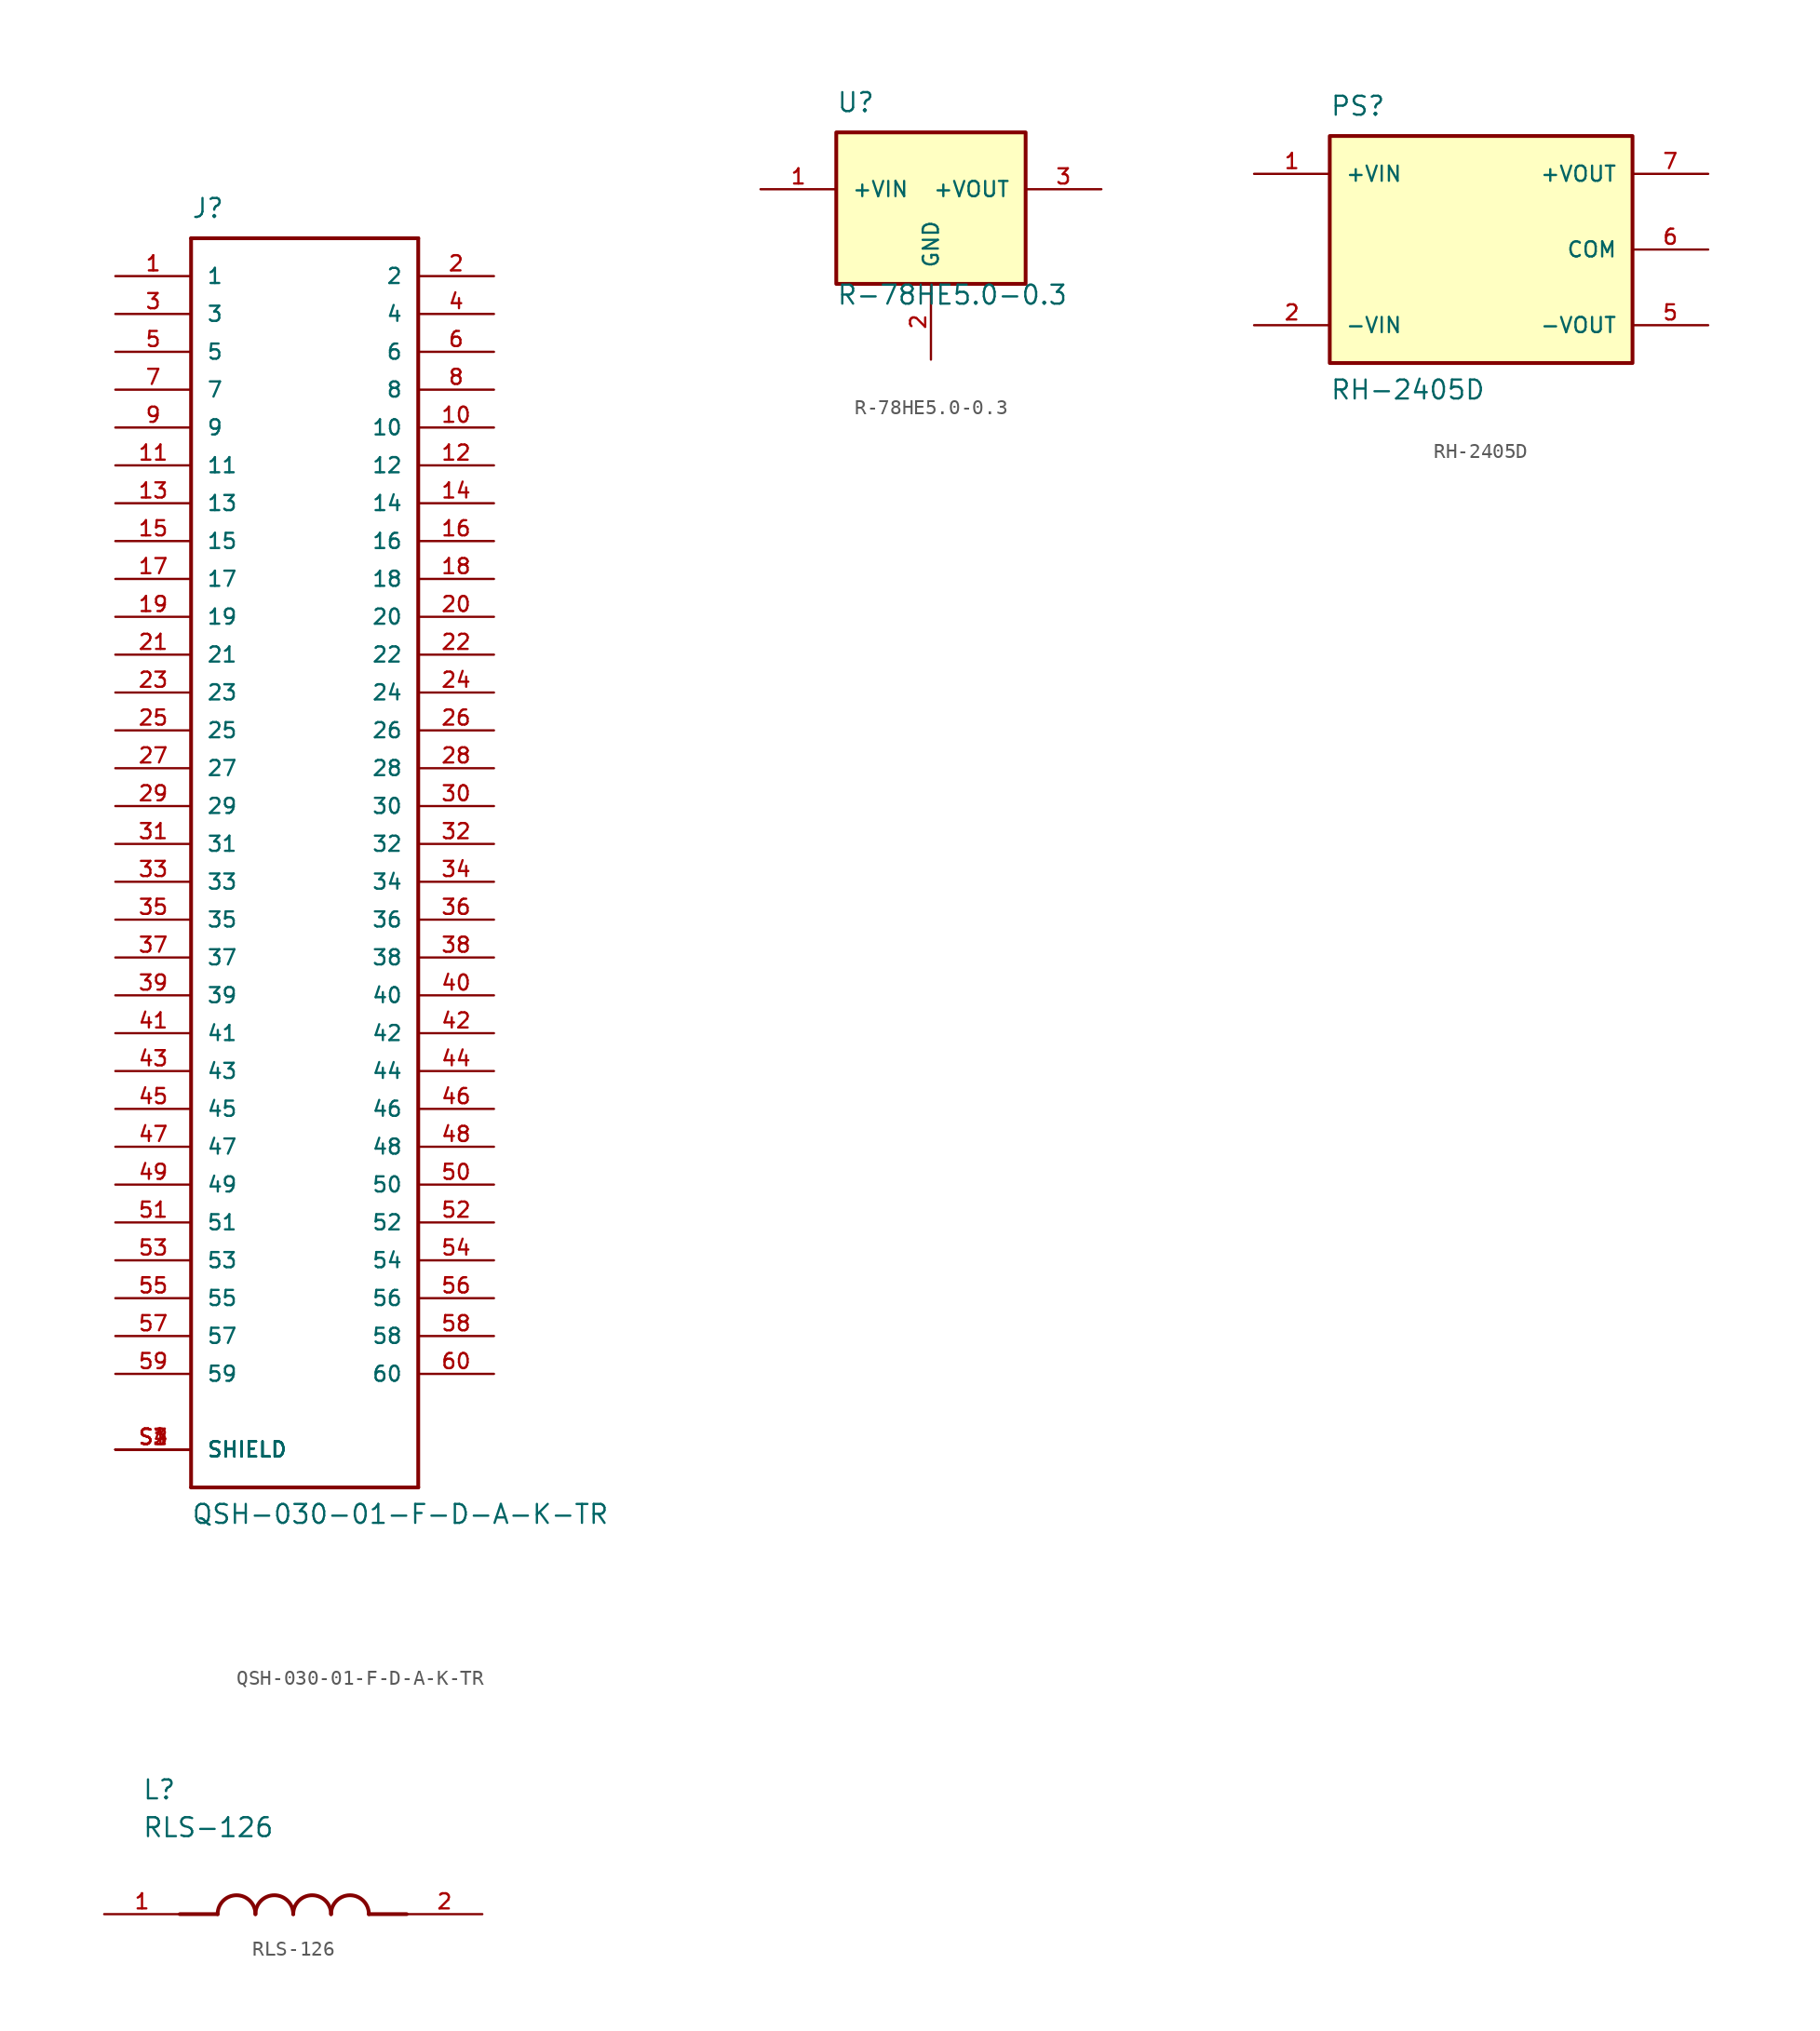
<source format=kicad_sym>
(kicad_symbol_lib
  (version 20241209)
  (generator "kicad_symbol_editor")
  (generator_version "9.0")
  (symbol "QSH-030-01-F-D-A-K-TR"
    (pin_names
      (offset 1.016))
    (property "Reference" "J"
      (at -7.62 41.91 0)
      (effects (font (size 1.27 1.27)) (justify left bottom)))
    (property "Value" "QSH-030-01-F-D-A-K-TR"
      (at -7.62 -45.72 0)
      (effects (font (size 1.27 1.27)) (justify left bottom)))
    (property "ki_locked" ""
      (at 0 0 0)
      (effects (font (size 1.27 1.27))))
    (symbol "QSH-030-01-F-D-A-K-TR_0_0"
      (polyline (pts (xy -7.62 40.64) (xy -7.62 -43.18)) (stroke (width 0.254) (type solid)) (fill (type none)))
      (polyline (pts (xy -7.62 -43.18) (xy 7.62 -43.18)) (stroke (width 0.254) (type solid)) (fill (type none)))
      (polyline (pts (xy 7.62 40.64) (xy -7.62 40.64)) (stroke (width 0.254) (type solid)) (fill (type none)))
      (polyline (pts (xy 7.62 -43.18) (xy 7.62 40.64)) (stroke (width 0.254) (type solid)) (fill (type none)))
      (pin passive line (at -12.7 38.1 0) (length 5.08) (name "1" (effects (font (size 1.016 1.016)))) (number "1" (effects (font (size 1.016 1.016)))))
      (pin passive line (at -12.7 35.56 0) (length 5.08) (name "3" (effects (font (size 1.016 1.016)))) (number "3" (effects (font (size 1.016 1.016)))))
      (pin passive line (at -12.7 33.02 0) (length 5.08) (name "5" (effects (font (size 1.016 1.016)))) (number "5" (effects (font (size 1.016 1.016)))))
      (pin passive line (at -12.7 30.48 0) (length 5.08) (name "7" (effects (font (size 1.016 1.016)))) (number "7" (effects (font (size 1.016 1.016)))))
      (pin passive line (at -12.7 27.94 0) (length 5.08) (name "9" (effects (font (size 1.016 1.016)))) (number "9" (effects (font (size 1.016 1.016)))))
      (pin passive line (at -12.7 25.4 0) (length 5.08) (name "11" (effects (font (size 1.016 1.016)))) (number "11" (effects (font (size 1.016 1.016)))))
      (pin passive line (at -12.7 22.86 0) (length 5.08) (name "13" (effects (font (size 1.016 1.016)))) (number "13" (effects (font (size 1.016 1.016)))))
      (pin passive line (at -12.7 20.32 0) (length 5.08) (name "15" (effects (font (size 1.016 1.016)))) (number "15" (effects (font (size 1.016 1.016)))))
      (pin passive line (at -12.7 17.78 0) (length 5.08) (name "17" (effects (font (size 1.016 1.016)))) (number "17" (effects (font (size 1.016 1.016)))))
      (pin passive line (at -12.7 15.24 0) (length 5.08) (name "19" (effects (font (size 1.016 1.016)))) (number "19" (effects (font (size 1.016 1.016)))))
      (pin passive line (at -12.7 12.7 0) (length 5.08) (name "21" (effects (font (size 1.016 1.016)))) (number "21" (effects (font (size 1.016 1.016)))))
      (pin passive line (at -12.7 10.16 0) (length 5.08) (name "23" (effects (font (size 1.016 1.016)))) (number "23" (effects (font (size 1.016 1.016)))))
      (pin passive line (at -12.7 7.62 0) (length 5.08) (name "25" (effects (font (size 1.016 1.016)))) (number "25" (effects (font (size 1.016 1.016)))))
      (pin passive line (at -12.7 5.08 0) (length 5.08) (name "27" (effects (font (size 1.016 1.016)))) (number "27" (effects (font (size 1.016 1.016)))))
      (pin passive line (at -12.7 2.54 0) (length 5.08) (name "29" (effects (font (size 1.016 1.016)))) (number "29" (effects (font (size 1.016 1.016)))))
      (pin passive line (at -12.7 0 0) (length 5.08) (name "31" (effects (font (size 1.016 1.016)))) (number "31" (effects (font (size 1.016 1.016)))))
      (pin passive line (at -12.7 -2.54 0) (length 5.08) (name "33" (effects (font (size 1.016 1.016)))) (number "33" (effects (font (size 1.016 1.016)))))
      (pin passive line (at -12.7 -5.08 0) (length 5.08) (name "35" (effects (font (size 1.016 1.016)))) (number "35" (effects (font (size 1.016 1.016)))))
      (pin passive line (at -12.7 -7.62 0) (length 5.08) (name "37" (effects (font (size 1.016 1.016)))) (number "37" (effects (font (size 1.016 1.016)))))
      (pin passive line (at -12.7 -10.16 0) (length 5.08) (name "39" (effects (font (size 1.016 1.016)))) (number "39" (effects (font (size 1.016 1.016)))))
      (pin passive line (at -12.7 -12.7 0) (length 5.08) (name "41" (effects (font (size 1.016 1.016)))) (number "41" (effects (font (size 1.016 1.016)))))
      (pin passive line (at -12.7 -15.24 0) (length 5.08) (name "43" (effects (font (size 1.016 1.016)))) (number "43" (effects (font (size 1.016 1.016)))))
      (pin passive line (at -12.7 -17.78 0) (length 5.08) (name "45" (effects (font (size 1.016 1.016)))) (number "45" (effects (font (size 1.016 1.016)))))
      (pin passive line (at -12.7 -20.32 0) (length 5.08) (name "47" (effects (font (size 1.016 1.016)))) (number "47" (effects (font (size 1.016 1.016)))))
      (pin passive line (at -12.7 -22.86 0) (length 5.08) (name "49" (effects (font (size 1.016 1.016)))) (number "49" (effects (font (size 1.016 1.016)))))
      (pin passive line (at -12.7 -25.4 0) (length 5.08) (name "51" (effects (font (size 1.016 1.016)))) (number "51" (effects (font (size 1.016 1.016)))))
      (pin passive line (at -12.7 -27.94 0) (length 5.08) (name "53" (effects (font (size 1.016 1.016)))) (number "53" (effects (font (size 1.016 1.016)))))
      (pin passive line (at -12.7 -30.48 0) (length 5.08) (name "55" (effects (font (size 1.016 1.016)))) (number "55" (effects (font (size 1.016 1.016)))))
      (pin passive line (at -12.7 -33.02 0) (length 5.08) (name "57" (effects (font (size 1.016 1.016)))) (number "57" (effects (font (size 1.016 1.016)))))
      (pin passive line (at -12.7 -35.56 0) (length 5.08) (name "59" (effects (font (size 1.016 1.016)))) (number "59" (effects (font (size 1.016 1.016)))))
      (pin passive line (at -12.7 -40.64 0) (length 5.08) (name "SHIELD" (effects (font (size 1.016 1.016)))) (number "S1" (effects (font (size 1.016 1.016)))))
      (pin passive line (at -12.7 -40.64 0) (length 5.08) (name "SHIELD" (effects (font (size 1.016 1.016)))) (number "S2" (effects (font (size 1.016 1.016)))))
      (pin passive line (at -12.7 -40.64 0) (length 5.08) (name "SHIELD" (effects (font (size 1.016 1.016)))) (number "S3" (effects (font (size 1.016 1.016)))))
      (pin passive line (at -12.7 -40.64 0) (length 5.08) (name "SHIELD" (effects (font (size 1.016 1.016)))) (number "S4" (effects (font (size 1.016 1.016)))))
      (pin passive line (at 12.7 38.1 180) (length 5.08) (name "2" (effects (font (size 1.016 1.016)))) (number "2" (effects (font (size 1.016 1.016)))))
      (pin passive line (at 12.7 35.56 180) (length 5.08) (name "4" (effects (font (size 1.016 1.016)))) (number "4" (effects (font (size 1.016 1.016)))))
      (pin passive line (at 12.7 33.02 180) (length 5.08) (name "6" (effects (font (size 1.016 1.016)))) (number "6" (effects (font (size 1.016 1.016)))))
      (pin passive line (at 12.7 30.48 180) (length 5.08) (name "8" (effects (font (size 1.016 1.016)))) (number "8" (effects (font (size 1.016 1.016)))))
      (pin passive line (at 12.7 27.94 180) (length 5.08) (name "10" (effects (font (size 1.016 1.016)))) (number "10" (effects (font (size 1.016 1.016)))))
      (pin passive line (at 12.7 25.4 180) (length 5.08) (name "12" (effects (font (size 1.016 1.016)))) (number "12" (effects (font (size 1.016 1.016)))))
      (pin passive line (at 12.7 22.86 180) (length 5.08) (name "14" (effects (font (size 1.016 1.016)))) (number "14" (effects (font (size 1.016 1.016)))))
      (pin passive line (at 12.7 20.32 180) (length 5.08) (name "16" (effects (font (size 1.016 1.016)))) (number "16" (effects (font (size 1.016 1.016)))))
      (pin passive line (at 12.7 17.78 180) (length 5.08) (name "18" (effects (font (size 1.016 1.016)))) (number "18" (effects (font (size 1.016 1.016)))))
      (pin passive line (at 12.7 15.24 180) (length 5.08) (name "20" (effects (font (size 1.016 1.016)))) (number "20" (effects (font (size 1.016 1.016)))))
      (pin passive line (at 12.7 12.7 180) (length 5.08) (name "22" (effects (font (size 1.016 1.016)))) (number "22" (effects (font (size 1.016 1.016)))))
      (pin passive line (at 12.7 10.16 180) (length 5.08) (name "24" (effects (font (size 1.016 1.016)))) (number "24" (effects (font (size 1.016 1.016)))))
      (pin passive line (at 12.7 7.62 180) (length 5.08) (name "26" (effects (font (size 1.016 1.016)))) (number "26" (effects (font (size 1.016 1.016)))))
      (pin passive line (at 12.7 5.08 180) (length 5.08) (name "28" (effects (font (size 1.016 1.016)))) (number "28" (effects (font (size 1.016 1.016)))))
      (pin passive line (at 12.7 2.54 180) (length 5.08) (name "30" (effects (font (size 1.016 1.016)))) (number "30" (effects (font (size 1.016 1.016)))))
      (pin passive line (at 12.7 0 180) (length 5.08) (name "32" (effects (font (size 1.016 1.016)))) (number "32" (effects (font (size 1.016 1.016)))))
      (pin passive line (at 12.7 -2.54 180) (length 5.08) (name "34" (effects (font (size 1.016 1.016)))) (number "34" (effects (font (size 1.016 1.016)))))
      (pin passive line (at 12.7 -5.08 180) (length 5.08) (name "36" (effects (font (size 1.016 1.016)))) (number "36" (effects (font (size 1.016 1.016)))))
      (pin passive line (at 12.7 -7.62 180) (length 5.08) (name "38" (effects (font (size 1.016 1.016)))) (number "38" (effects (font (size 1.016 1.016)))))
      (pin passive line (at 12.7 -10.16 180) (length 5.08) (name "40" (effects (font (size 1.016 1.016)))) (number "40" (effects (font (size 1.016 1.016)))))
      (pin passive line (at 12.7 -12.7 180) (length 5.08) (name "42" (effects (font (size 1.016 1.016)))) (number "42" (effects (font (size 1.016 1.016)))))
      (pin passive line (at 12.7 -15.24 180) (length 5.08) (name "44" (effects (font (size 1.016 1.016)))) (number "44" (effects (font (size 1.016 1.016)))))
      (pin passive line (at 12.7 -17.78 180) (length 5.08) (name "46" (effects (font (size 1.016 1.016)))) (number "46" (effects (font (size 1.016 1.016)))))
      (pin passive line (at 12.7 -20.32 180) (length 5.08) (name "48" (effects (font (size 1.016 1.016)))) (number "48" (effects (font (size 1.016 1.016)))))
      (pin passive line (at 12.7 -22.86 180) (length 5.08) (name "50" (effects (font (size 1.016 1.016)))) (number "50" (effects (font (size 1.016 1.016)))))
      (pin passive line (at 12.7 -25.4 180) (length 5.08) (name "52" (effects (font (size 1.016 1.016)))) (number "52" (effects (font (size 1.016 1.016)))))
      (pin passive line (at 12.7 -27.94 180) (length 5.08) (name "54" (effects (font (size 1.016 1.016)))) (number "54" (effects (font (size 1.016 1.016)))))
      (pin passive line (at 12.7 -30.48 180) (length 5.08) (name "56" (effects (font (size 1.016 1.016)))) (number "56" (effects (font (size 1.016 1.016)))))
      (pin passive line (at 12.7 -33.02 180) (length 5.08) (name "58" (effects (font (size 1.016 1.016)))) (number "58" (effects (font (size 1.016 1.016)))))
      (pin passive line (at 12.7 -35.56 180) (length 5.08) (name "60" (effects (font (size 1.016 1.016)))) (number "60" (effects (font (size 1.016 1.016)))))))
  (symbol "R-78HE5.0-0.3"
    (pin_names
      (offset 1.016))
    (property "Reference" "U"
      (at -10.16 5.08 0)
      (effects (font (size 1.27 1.27)) (justify left bottom)))
    (property "Value" "R-78HE5.0-0.3"
      (at -10.16 -6.35 0)
      (effects (font (size 1.27 1.27)) (justify left top)))
    (symbol "R-78HE5.0-0.3_0_0"
      (rectangle (start -10.16 3.81) (end 2.54 -6.35) (stroke (width 0.254) (type default)) (fill (type background)))
      (pin input line (at -15.24 0 0) (length 5.08) (name "+VIN" (effects (font (size 1.016 1.016)))) (number "1" (effects (font (size 1.016 1.016)))))
      (pin power_in line (at -3.81 -11.43 90) (length 5.08) (name "GND" (effects (font (size 1.016 1.016)))) (number "2" (effects (font (size 1.016 1.016)))))
      (pin output line (at 7.62 0 180) (length 5.08) (name "+VOUT" (effects (font (size 1.016 1.016)))) (number "3" (effects (font (size 1.016 1.016)))))))
  (symbol "RH-2405D"
    (pin_names
      (offset 1.016))
    (property "Reference" "PS"
      (at -10.16 8.89 0)
      (effects (font (size 1.27 1.27)) (justify left bottom)))
    (property "Value" "RH-2405D"
      (at -10.16 -10.16 0)
      (effects (font (size 1.27 1.27)) (justify left bottom)))
    (symbol "RH-2405D_0_0"
      (rectangle (start -10.16 -7.62) (end 10.16 7.62) (stroke (width 0.254) (type default)) (fill (type background))))
    (symbol "RH-2405D_1_0"
      (pin power_in line (at -15.24 5.08 0) (length 5.08) (name "+VIN" (effects (font (size 1.016 1.016)))) (number "1" (effects (font (size 1.016 1.016)))))
      (pin power_in line (at -15.24 -5.08 0) (length 5.08) (name "-VIN" (effects (font (size 1.016 1.016)))) (number "2" (effects (font (size 1.016 1.016)))))
      (pin power_out line (at 15.24 5.08 180) (length 5.08) (name "+VOUT" (effects (font (size 1.016 1.016)))) (number "7" (effects (font (size 1.016 1.016)))))
      (pin passive line (at 15.24 0 180) (length 5.08) (name "COM" (effects (font (size 1.016 1.016)))) (number "6" (effects (font (size 1.016 1.016)))))
      (pin power_out line (at 15.24 -5.08 180) (length 5.08) (name "-VOUT" (effects (font (size 1.016 1.016)))) (number "5" (effects (font (size 1.016 1.016)))))))
  (symbol "RLS-126"
    (pin_names
      (offset 1.016))
    (property "Reference" "L"
      (at -10.16 7.62 0)
      (effects (font (size 1.27 1.27)) (justify left bottom)))
    (property "Value" "RLS-126"
      (at -10.16 5.08 0)
      (effects (font (size 1.27 1.27)) (justify left bottom)))
    (symbol "RLS-126_0_0"
      (polyline (pts (xy -5.08 0) (xy -7.62 0)) (stroke (width 0.254) (type default)) (fill (type none)))
      (arc (start -5.08 0) (mid -3.81 1.2645) (end -2.54 0) (stroke (width 0.254) (type default)) (fill (type none)))
      (arc (start -2.54 0) (mid -1.27 1.2645) (end 0 0) (stroke (width 0.254) (type default)) (fill (type none)))
      (arc (start 0 0) (mid 1.27 1.2645) (end 2.54 0) (stroke (width 0.254) (type default)) (fill (type none)))
      (arc (start 2.54 0) (mid 3.81 1.2645) (end 5.08 0) (stroke (width 0.254) (type default)) (fill (type none)))
      (polyline (pts (xy 5.08 0) (xy 7.62 0)) (stroke (width 0.254) (type default)) (fill (type none)))
      (pin passive line (at -12.7 0 0) (length 5.08) (name "~" (effects (font (size 1.016 1.016)))) (number "1" (effects (font (size 1.016 1.016)))))
      (pin passive line (at 12.7 0 180) (length 5.08) (name "~" (effects (font (size 1.016 1.016)))) (number "2" (effects (font (size 1.016 1.016))))))))
</source>
